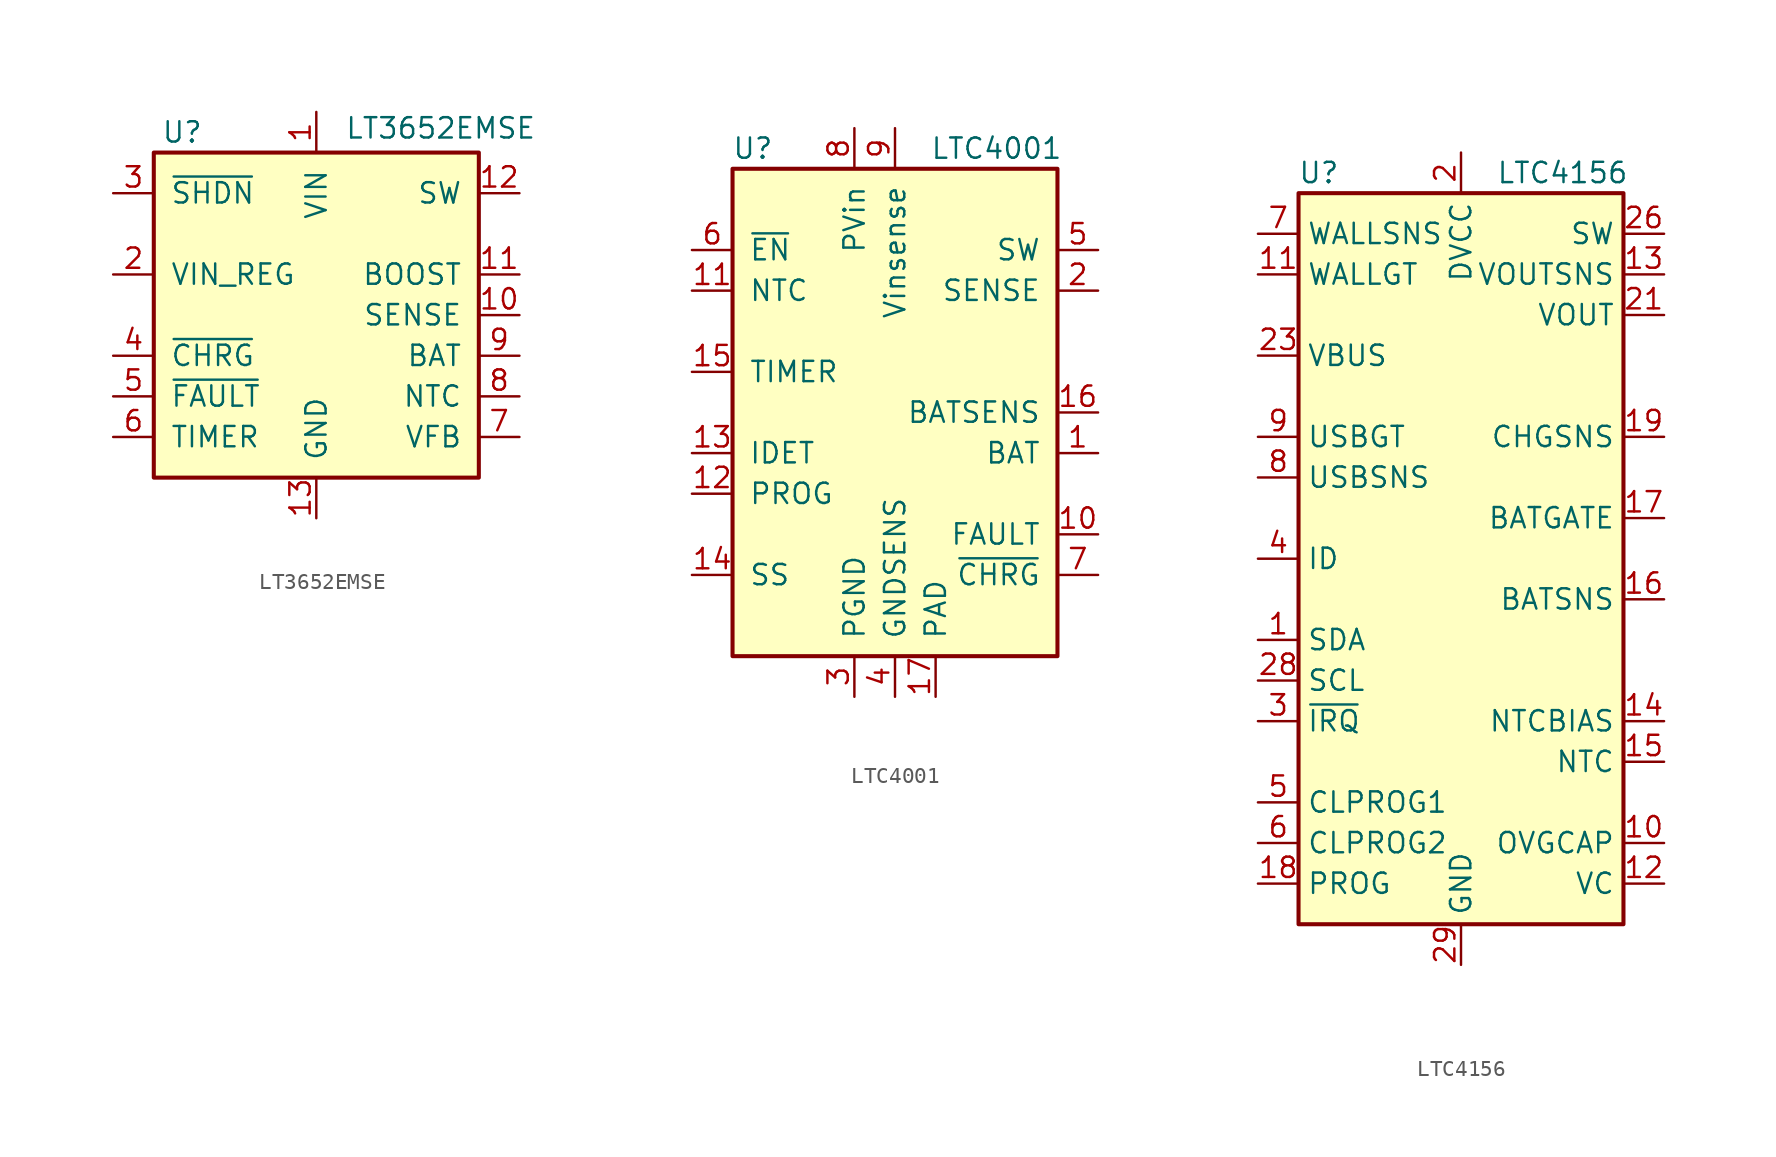
<source format=kicad_sym>
(kicad_symbol_lib
  (version 20201005)
  (generator kicad_symbol_editor)
  (symbol "LT3652EMSE"
    (pin_names
      (offset 1.016))
    (property "Reference" "U"
      (at -8.382 11.43 0)
      (effects (font (size 1.27 1.27))))
    (property "Value" "LT3652EMSE"
      (at 1.778 11.684 0)
      (effects (font (size 1.27 1.27)) (justify left)))
    (symbol "LT3652EMSE_0_1"
      (rectangle (start -10.16 10.16) (end 10.16 -10.16) (stroke (width 0.254)) (fill (type background))))
    (symbol "LT3652EMSE_1_1"
      (pin power_in line (at 0 12.7 270) (length 2.54) (name "VIN" (effects (font (size 1.27 1.27)))) (number "1" (effects (font (size 1.27 1.27)))))
      (pin input line (at 12.7 0 180) (length 2.54) (name "SENSE" (effects (font (size 1.27 1.27)))) (number "10" (effects (font (size 1.27 1.27)))))
      (pin input line (at 12.7 2.54 180) (length 2.54) (name "BOOST" (effects (font (size 1.27 1.27)))) (number "11" (effects (font (size 1.27 1.27)))))
      (pin output line (at 12.7 7.62 180) (length 2.54) (name "SW" (effects (font (size 1.27 1.27)))) (number "12" (effects (font (size 1.27 1.27)))))
      (pin power_in line (at 0 -12.7 90) (length 2.54) (name "GND" (effects (font (size 1.27 1.27)))) (number "13" (effects (font (size 1.27 1.27)))))
      (pin input line (at -12.7 2.54 0) (length 2.54) (name "VIN_REG" (effects (font (size 1.27 1.27)))) (number "2" (effects (font (size 1.27 1.27)))))
      (pin input line (at -12.7 7.62 0) (length 2.54) (name "~SHDN" (effects (font (size 1.27 1.27)))) (number "3" (effects (font (size 1.27 1.27)))))
      (pin open_collector line (at -12.7 -2.54 0) (length 2.54) (name "~CHRG" (effects (font (size 1.27 1.27)))) (number "4" (effects (font (size 1.27 1.27)))))
      (pin open_collector line (at -12.7 -5.08 0) (length 2.54) (name "~FAULT" (effects (font (size 1.27 1.27)))) (number "5" (effects (font (size 1.27 1.27)))))
      (pin output line (at -12.7 -7.62 0) (length 2.54) (name "TIMER" (effects (font (size 1.27 1.27)))) (number "6" (effects (font (size 1.27 1.27)))))
      (pin input line (at 12.7 -7.62 180) (length 2.54) (name "VFB" (effects (font (size 1.27 1.27)))) (number "7" (effects (font (size 1.27 1.27)))))
      (pin input line (at 12.7 -5.08 180) (length 2.54) (name "NTC" (effects (font (size 1.27 1.27)))) (number "8" (effects (font (size 1.27 1.27)))))
      (pin output line (at 12.7 -2.54 180) (length 2.54) (name "BAT" (effects (font (size 1.27 1.27)))) (number "9" (effects (font (size 1.27 1.27)))))))
  (symbol "LTC4001"
    (pin_names
      (offset 1.016))
    (property "Reference" "U"
      (at -8.89 16.51 0)
      (effects (font (size 1.27 1.27))))
    (property "Value" "LTC4001"
      (at 6.35 16.51 0)
      (effects (font (size 1.27 1.27))))
    (symbol "LTC4001_0_1"
      (rectangle (start -10.16 15.24) (end 10.16 -15.24) (stroke (width 0.254)) (fill (type background))))
    (symbol "LTC4001_1_1"
      (pin output line (at 12.7 -2.54 180) (length 2.54) (name "BAT" (effects (font (size 1.27 1.27)))) (number "1" (effects (font (size 1.27 1.27)))))
      (pin output line (at 12.7 -7.62 180) (length 2.54) (name "FAULT" (effects (font (size 1.27 1.27)))) (number "10" (effects (font (size 1.27 1.27)))))
      (pin input line (at -12.7 7.62 0) (length 2.54) (name "NTC" (effects (font (size 1.27 1.27)))) (number "11" (effects (font (size 1.27 1.27)))))
      (pin input line (at -12.7 -5.08 0) (length 2.54) (name "PROG" (effects (font (size 1.27 1.27)))) (number "12" (effects (font (size 1.27 1.27)))))
      (pin input line (at -12.7 -2.54 0) (length 2.54) (name "IDET" (effects (font (size 1.27 1.27)))) (number "13" (effects (font (size 1.27 1.27)))))
      (pin input line (at -12.7 -10.16 0) (length 2.54) (name "SS" (effects (font (size 1.27 1.27)))) (number "14" (effects (font (size 1.27 1.27)))))
      (pin input line (at -12.7 2.54 0) (length 2.54) (name "TIMER" (effects (font (size 1.27 1.27)))) (number "15" (effects (font (size 1.27 1.27)))))
      (pin input line (at 12.7 0 180) (length 2.54) (name "BATSENS" (effects (font (size 1.27 1.27)))) (number "16" (effects (font (size 1.27 1.27)))))
      (pin power_in line (at 2.54 -17.78 90) (length 2.54) (name "PAD" (effects (font (size 1.27 1.27)))) (number "17" (effects (font (size 1.27 1.27)))))
      (pin input line (at 12.7 7.62 180) (length 2.54) (name "SENSE" (effects (font (size 1.27 1.27)))) (number "2" (effects (font (size 1.27 1.27)))))
      (pin power_in line (at -2.54 -17.78 90) (length 2.54) (name "PGND" (effects (font (size 1.27 1.27)))) (number "3" (effects (font (size 1.27 1.27)))))
      (pin power_in line (at 0 -17.78 90) (length 2.54) (name "GNDSENS" (effects (font (size 1.27 1.27)))) (number "4" (effects (font (size 1.27 1.27)))))
      (pin output line (at 12.7 10.16 180) (length 2.54) (name "SW" (effects (font (size 1.27 1.27)))) (number "5" (effects (font (size 1.27 1.27)))))
      (pin input line (at -12.7 10.16 0) (length 2.54) (name "~EN" (effects (font (size 1.27 1.27)))) (number "6" (effects (font (size 1.27 1.27)))))
      (pin open_collector line (at 12.7 -10.16 180) (length 2.54) (name "~CHRG" (effects (font (size 1.27 1.27)))) (number "7" (effects (font (size 1.27 1.27)))))
      (pin power_in line (at -2.54 17.78 270) (length 2.54) (name "PVin" (effects (font (size 1.27 1.27)))) (number "8" (effects (font (size 1.27 1.27)))))
      (pin power_in line (at 0 17.78 270) (length 2.54) (name "Vinsense" (effects (font (size 1.27 1.27)))) (number "9" (effects (font (size 1.27 1.27)))))))
  (symbol "LTC4156"
    (property "Reference" "U"
      (at -8.89 24.13 0)
      (effects (font (size 1.27 1.27))))
    (property "Value" "LTC4156"
      (at 6.35 24.13 0)
      (effects (font (size 1.27 1.27))))
    (symbol "LTC4156_0_1"
      (rectangle (start -10.16 22.86) (end 10.16 -22.86) (stroke (width 0.254)) (fill (type background))))
    (symbol "LTC4156_1_1"
      (pin bidirectional line (at -12.7 -5.08 0) (length 2.54) (name "SDA" (effects (font (size 1.27 1.27)))) (number "1" (effects (font (size 1.27 1.27)))))
      (pin passive line (at 12.7 -17.78 180) (length 2.54) (name "OVGCAP" (effects (font (size 1.27 1.27)))) (number "10" (effects (font (size 1.27 1.27)))))
      (pin output line (at -12.7 17.78 0) (length 2.54) (name "WALLGT" (effects (font (size 1.27 1.27)))) (number "11" (effects (font (size 1.27 1.27)))))
      (pin passive line (at 12.7 -20.32 180) (length 2.54) (name "VC" (effects (font (size 1.27 1.27)))) (number "12" (effects (font (size 1.27 1.27)))))
      (pin input line (at 12.7 17.78 180) (length 2.54) (name "VOUTSNS" (effects (font (size 1.27 1.27)))) (number "13" (effects (font (size 1.27 1.27)))))
      (pin output line (at 12.7 -10.16 180) (length 2.54) (name "NTCBIAS" (effects (font (size 1.27 1.27)))) (number "14" (effects (font (size 1.27 1.27)))))
      (pin input line (at 12.7 -12.7 180) (length 2.54) (name "NTC" (effects (font (size 1.27 1.27)))) (number "15" (effects (font (size 1.27 1.27)))))
      (pin input line (at 12.7 -2.54 180) (length 2.54) (name "BATSNS" (effects (font (size 1.27 1.27)))) (number "16" (effects (font (size 1.27 1.27)))))
      (pin output line (at 12.7 2.54 180) (length 2.54) (name "BATGATE" (effects (font (size 1.27 1.27)))) (number "17" (effects (font (size 1.27 1.27)))))
      (pin passive line (at -12.7 -20.32 0) (length 2.54) (name "PROG" (effects (font (size 1.27 1.27)))) (number "18" (effects (font (size 1.27 1.27)))))
      (pin passive line (at 12.7 7.62 180) (length 2.54) (name "CHGSNS" (effects (font (size 1.27 1.27)))) (number "19" (effects (font (size 1.27 1.27)))))
      (pin power_in line (at 0 25.4 270) (length 2.54) (name "DVCC" (effects (font (size 1.27 1.27)))) (number "2" (effects (font (size 1.27 1.27)))))
      (pin passive line (at 12.7 7.62 180) (length 2.54) hide (name "CHGSNS" (effects (font (size 1.27 1.27)))) (number "20" (effects (font (size 1.27 1.27)))))
      (pin passive line (at 12.7 15.24 180) (length 2.54) (name "VOUT" (effects (font (size 1.27 1.27)))) (number "21" (effects (font (size 1.27 1.27)))))
      (pin passive line (at 12.7 15.24 180) (length 2.54) hide (name "VOUT" (effects (font (size 1.27 1.27)))) (number "22" (effects (font (size 1.27 1.27)))))
      (pin passive line (at -12.7 12.7 0) (length 2.54) (name "VBUS" (effects (font (size 1.27 1.27)))) (number "23" (effects (font (size 1.27 1.27)))))
      (pin passive line (at -12.7 12.7 0) (length 2.54) hide (name "VBUS" (effects (font (size 1.27 1.27)))) (number "24" (effects (font (size 1.27 1.27)))))
      (pin passive line (at -12.7 12.7 0) (length 2.54) hide (name "VBUS" (effects (font (size 1.27 1.27)))) (number "25" (effects (font (size 1.27 1.27)))))
      (pin passive line (at 12.7 20.32 180) (length 2.54) (name "SW" (effects (font (size 1.27 1.27)))) (number "26" (effects (font (size 1.27 1.27)))))
      (pin passive line (at 12.7 20.32 180) (length 2.54) hide (name "SW" (effects (font (size 1.27 1.27)))) (number "27" (effects (font (size 1.27 1.27)))))
      (pin input line (at -12.7 -7.62 0) (length 2.54) (name "SCL" (effects (font (size 1.27 1.27)))) (number "28" (effects (font (size 1.27 1.27)))))
      (pin power_in line (at 0 -25.4 90) (length 2.54) (name "GND" (effects (font (size 1.27 1.27)))) (number "29" (effects (font (size 1.27 1.27)))))
      (pin open_collector line (at -12.7 -10.16 0) (length 2.54) (name "~IRQ" (effects (font (size 1.27 1.27)))) (number "3" (effects (font (size 1.27 1.27)))))
      (pin input line (at -12.7 0 0) (length 2.54) (name "ID" (effects (font (size 1.27 1.27)))) (number "4" (effects (font (size 1.27 1.27)))))
      (pin passive line (at -12.7 -15.24 0) (length 2.54) (name "CLPROG1" (effects (font (size 1.27 1.27)))) (number "5" (effects (font (size 1.27 1.27)))))
      (pin passive line (at -12.7 -17.78 0) (length 2.54) (name "CLPROG2" (effects (font (size 1.27 1.27)))) (number "6" (effects (font (size 1.27 1.27)))))
      (pin input line (at -12.7 20.32 0) (length 2.54) (name "WALLSNS" (effects (font (size 1.27 1.27)))) (number "7" (effects (font (size 1.27 1.27)))))
      (pin input line (at -12.7 5.08 0) (length 2.54) (name "USBSNS" (effects (font (size 1.27 1.27)))) (number "8" (effects (font (size 1.27 1.27)))))
      (pin output line (at -12.7 7.62 0) (length 2.54) (name "USBGT" (effects (font (size 1.27 1.27)))) (number "9" (effects (font (size 1.27 1.27))))))))
</source>
